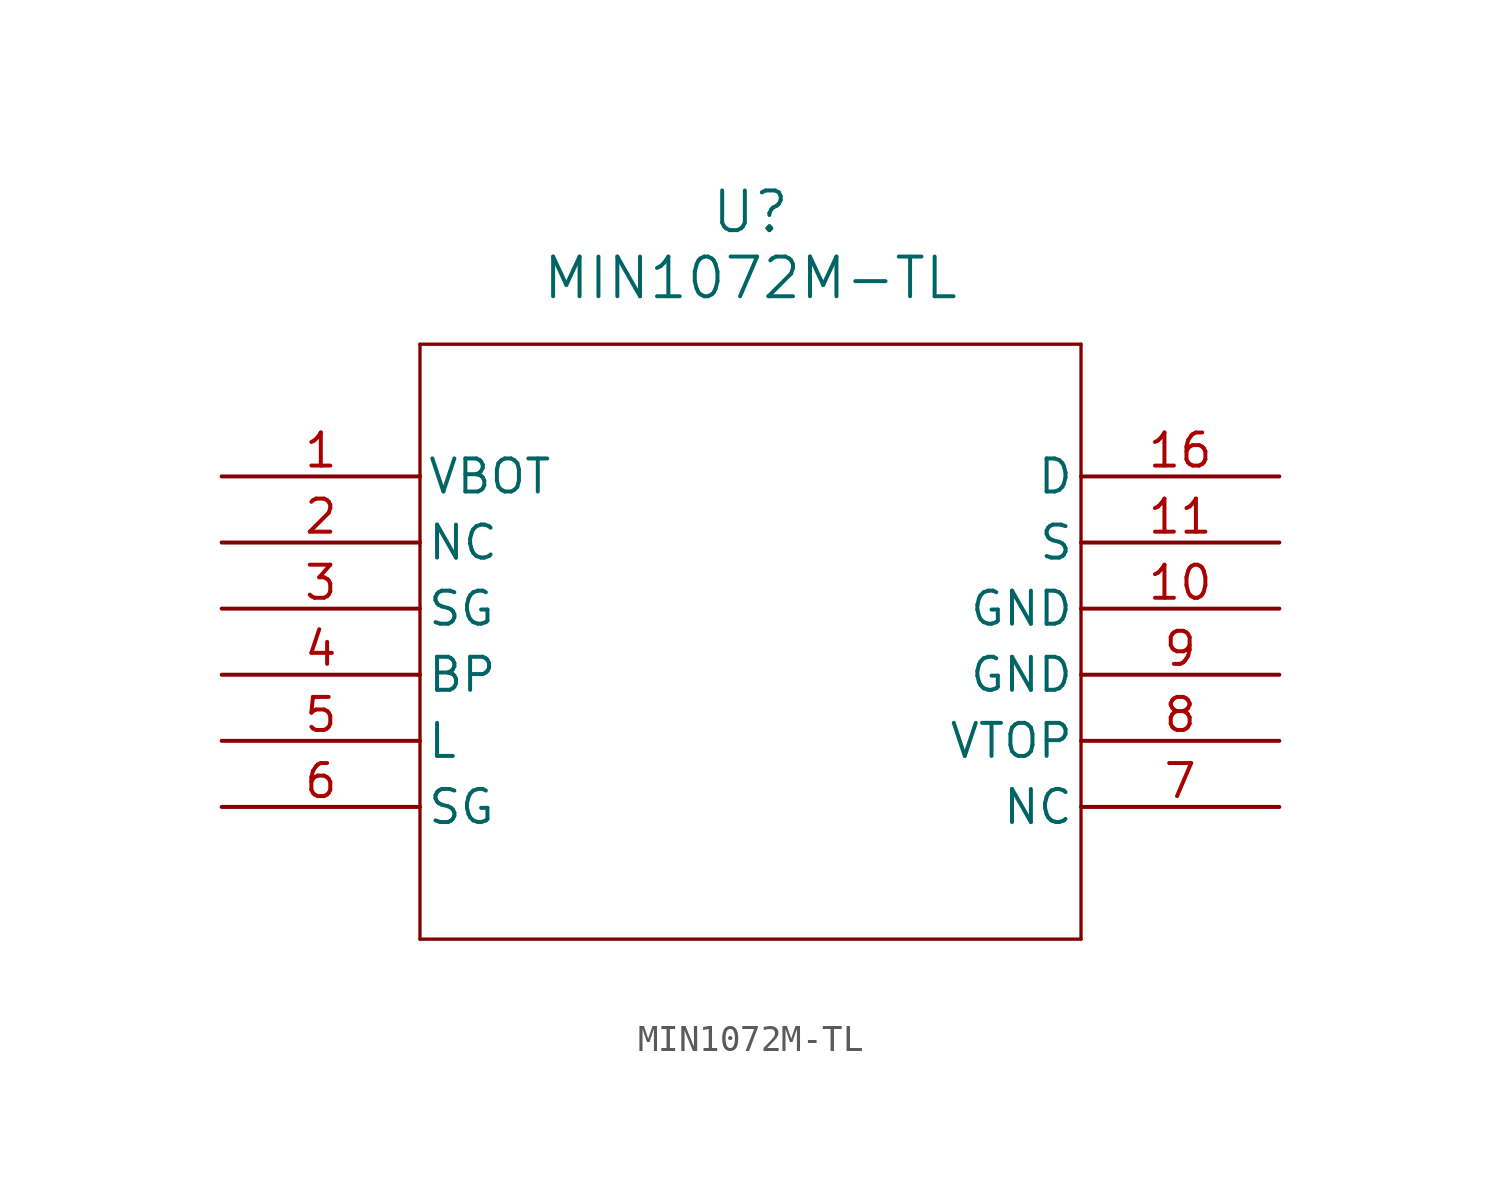
<source format=kicad_sym>
(kicad_symbol_lib
  (version 20211014)
  (generator kicad_symbol_editor)
  (symbol "MIN1072M-TL"
    (pin_names
      (offset 0.254))
    (property "Reference" "U"
      (at 20.32 10.16 0)
      (effects (font (size 1.524 1.524))))
    (property "Value" "MIN1072M-TL"
      (at 20.32 7.62 0)
      (effects (font (size 1.524 1.524))))
    (symbol "MIN1072M-TL_0_1"
      (polyline (pts (xy 7.62 5.08) (xy 7.62 -17.78)) (stroke (width 0.127) (type default) (color 0 0 0 0)) (fill (type none)))
      (polyline (pts (xy 7.62 -17.78) (xy 33.02 -17.78)) (stroke (width 0.127) (type default) (color 0 0 0 0)) (fill (type none)))
      (polyline (pts (xy 33.02 -17.78) (xy 33.02 5.08)) (stroke (width 0.127) (type default) (color 0 0 0 0)) (fill (type none)))
      (polyline (pts (xy 33.02 5.08) (xy 7.62 5.08)) (stroke (width 0.127) (type default) (color 0 0 0 0)) (fill (type none)))
      (pin unspecified line (at 0 0 0) (length 7.62) (name "VBOT" (effects (font (size 1.27 1.27)))) (number "1" (effects (font (size 1.27 1.27)))))
      (pin unspecified line (at 0 -2.54 0) (length 7.62) (name "NC" (effects (font (size 1.27 1.27)))) (number "2" (effects (font (size 1.27 1.27)))))
      (pin unspecified line (at 0 -5.08 0) (length 7.62) (name "SG" (effects (font (size 1.27 1.27)))) (number "3" (effects (font (size 1.27 1.27)))))
      (pin unspecified line (at 0 -7.62 0) (length 7.62) (name "BP" (effects (font (size 1.27 1.27)))) (number "4" (effects (font (size 1.27 1.27)))))
      (pin unspecified line (at 0 -10.16 0) (length 7.62) (name "L" (effects (font (size 1.27 1.27)))) (number "5" (effects (font (size 1.27 1.27)))))
      (pin unspecified line (at 0 -12.7 0) (length 7.62) (name "SG" (effects (font (size 1.27 1.27)))) (number "6" (effects (font (size 1.27 1.27)))))
      (pin unspecified line (at 40.64 -12.7 180) (length 7.62) (name "NC" (effects (font (size 1.27 1.27)))) (number "7" (effects (font (size 1.27 1.27)))))
      (pin unspecified line (at 40.64 -10.16 180) (length 7.62) (name "VTOP" (effects (font (size 1.27 1.27)))) (number "8" (effects (font (size 1.27 1.27)))))
      (pin unspecified line (at 40.64 -7.62 180) (length 7.62) (name "GND" (effects (font (size 1.27 1.27)))) (number "9" (effects (font (size 1.27 1.27)))))
      (pin unspecified line (at 40.64 -5.08 180) (length 7.62) (name "GND" (effects (font (size 1.27 1.27)))) (number "10" (effects (font (size 1.27 1.27)))))
      (pin unspecified line (at 40.64 -2.54 180) (length 7.62) (name "S" (effects (font (size 1.27 1.27)))) (number "11" (effects (font (size 1.27 1.27)))))
      (pin unspecified line (at 40.64 0 180) (length 7.62) (name "D" (effects (font (size 1.27 1.27)))) (number "16" (effects (font (size 1.27 1.27))))))))
</source>
